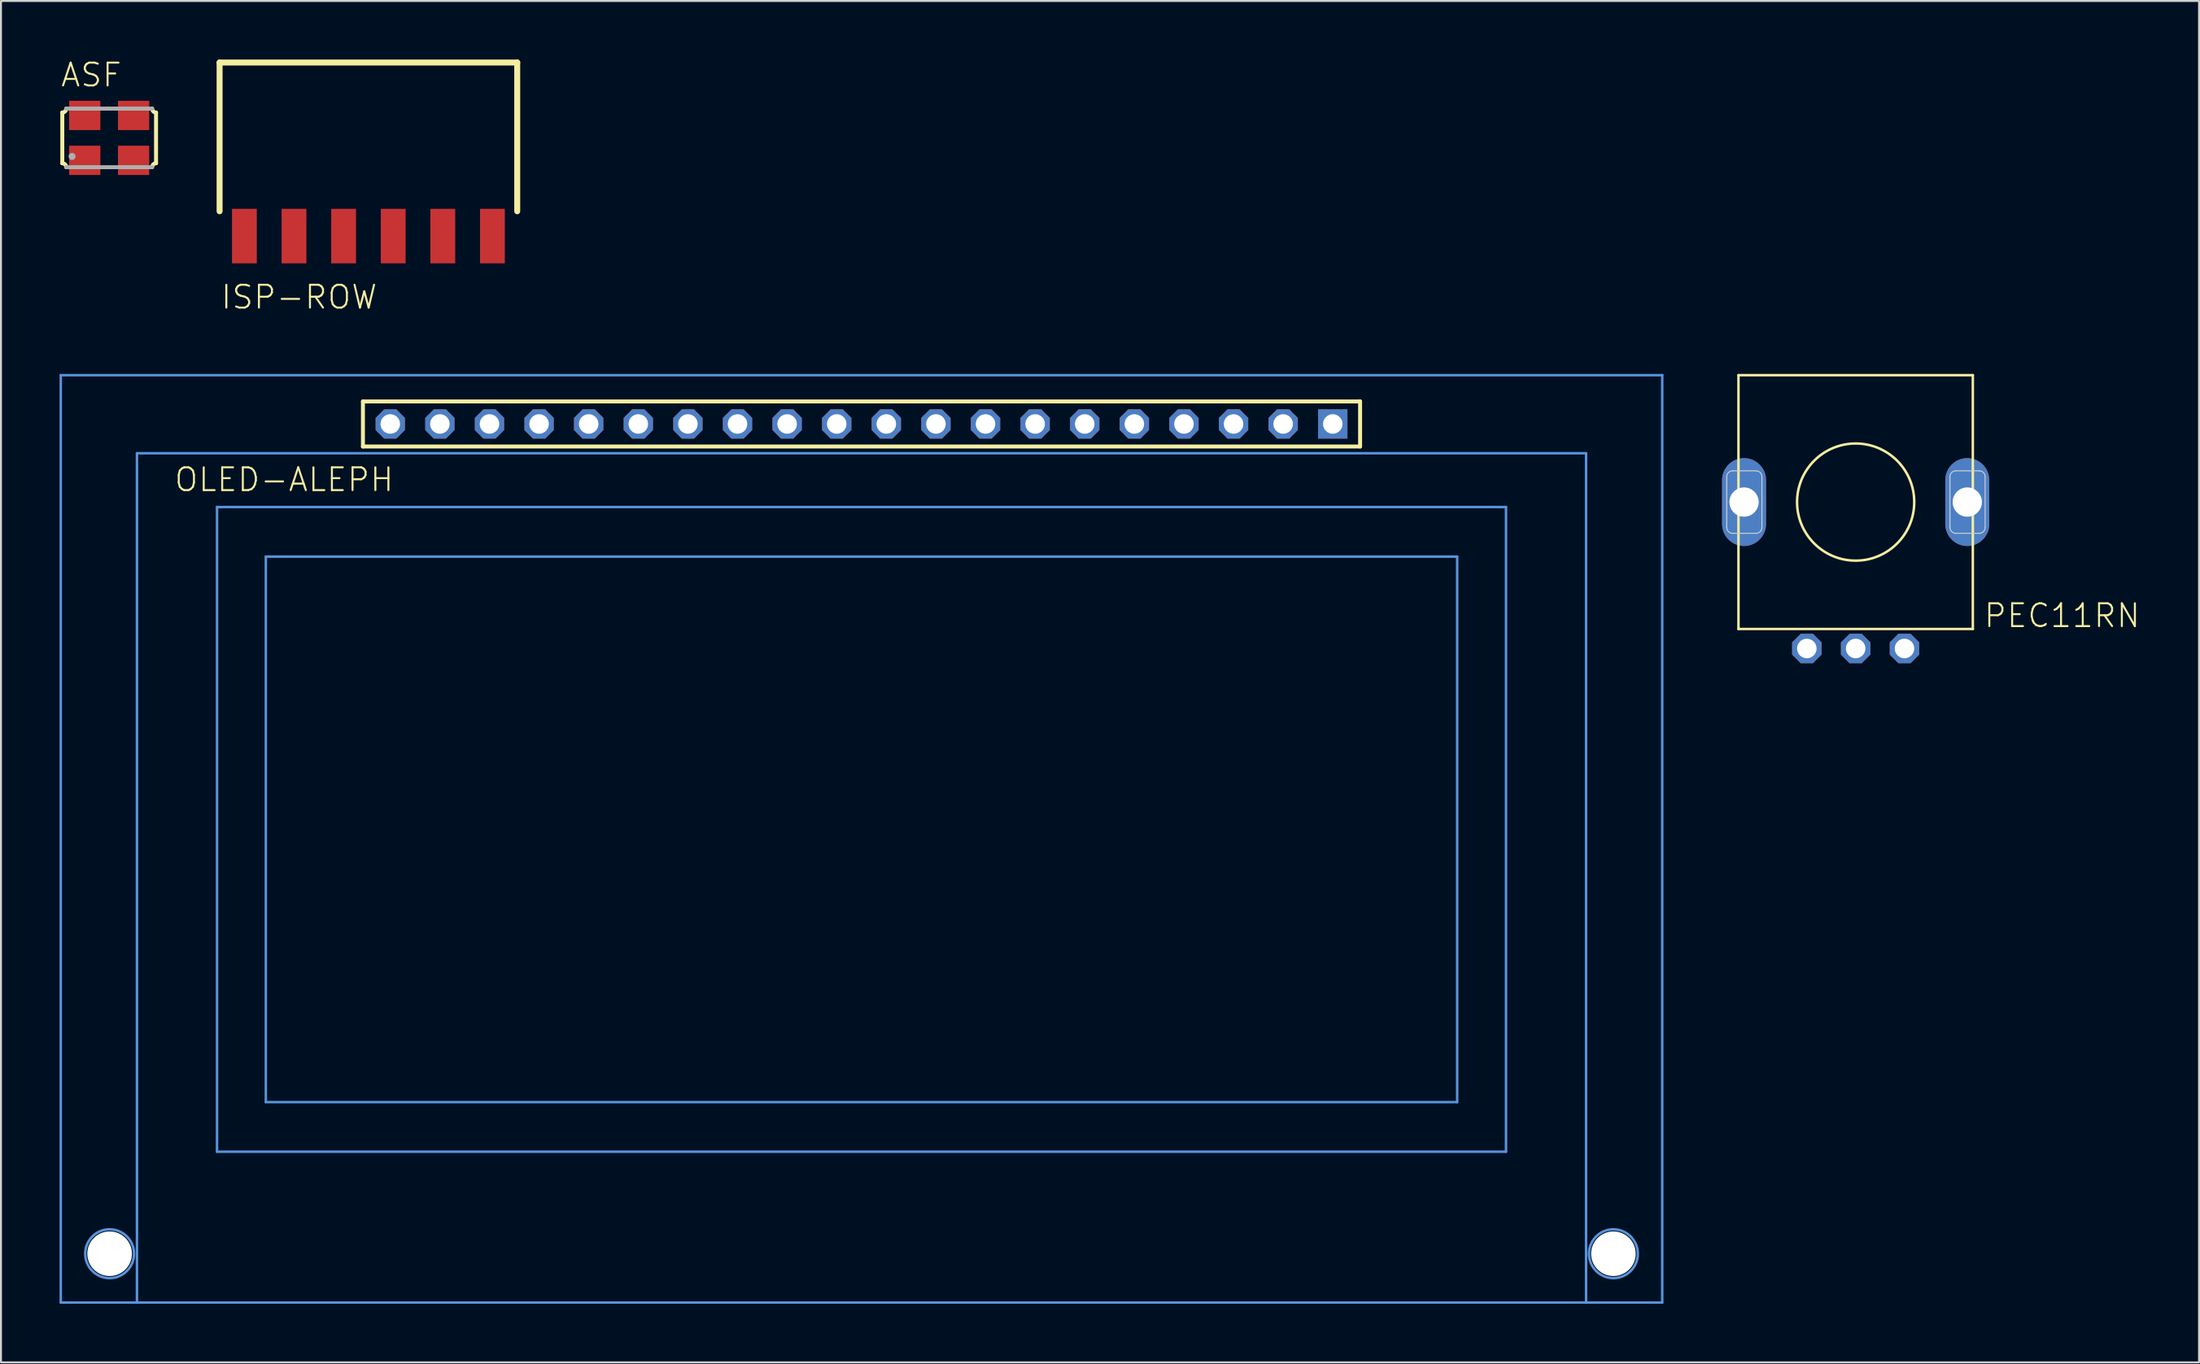
<source format=kicad_pcb>
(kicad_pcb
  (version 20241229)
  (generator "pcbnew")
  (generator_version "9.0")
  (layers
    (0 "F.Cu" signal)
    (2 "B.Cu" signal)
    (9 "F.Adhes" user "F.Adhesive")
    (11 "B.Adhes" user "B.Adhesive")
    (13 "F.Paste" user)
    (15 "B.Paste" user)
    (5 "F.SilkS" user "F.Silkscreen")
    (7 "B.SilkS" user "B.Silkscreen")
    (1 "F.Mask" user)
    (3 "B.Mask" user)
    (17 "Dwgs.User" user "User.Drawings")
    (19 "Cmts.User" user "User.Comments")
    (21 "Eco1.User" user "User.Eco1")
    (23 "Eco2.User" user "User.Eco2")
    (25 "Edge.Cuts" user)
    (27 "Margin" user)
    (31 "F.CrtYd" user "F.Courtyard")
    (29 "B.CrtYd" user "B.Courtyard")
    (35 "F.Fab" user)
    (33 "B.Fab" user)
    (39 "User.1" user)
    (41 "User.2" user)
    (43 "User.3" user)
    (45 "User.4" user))
  (footprint "PEC11RN"
    (layer "F.Cu")
    (at 91.967 22.666)
    (property "Reference" "PEC11RN" (at 6.5 6.5 0) (unlocked yes) (layer "F.SilkS") (effects (font (size 1.168 1.168) (thickness 0.102)) (justify left bottom)))
    (fp_line (start -6 -6.5) (end -6 6.5) (stroke (width 0.127) (type solid)) (layer "F.SilkS"))
    (fp_line (start -6 6.5) (end 6 6.5) (stroke (width 0.127) (type solid)) (layer "F.SilkS"))
    (fp_line (start 6 -6.5) (end -6 -6.5) (stroke (width 0.127) (type solid)) (layer "F.SilkS"))
    (fp_line (start 6 6.5) (end 6 -6.5) (stroke (width 0.127) (type solid)) (layer "F.SilkS"))
    (fp_circle (center 0 0) (end 3 0) (stroke (width 0.127) (type solid)) (fill no) (layer "F.SilkS"))
    (fp_line (start -6.6 1.3) (end -6.6 -1.3) (stroke (width 0.05) (type solid)) (layer "Edge.Cuts"))
    (fp_line (start -6.3 -1.6) (end -5.1 -1.6) (stroke (width 0.05) (type solid)) (layer "Edge.Cuts"))
    (fp_line (start -5.1 1.6) (end -6.3 1.6) (stroke (width 0.05) (type solid)) (layer "Edge.Cuts"))
    (fp_line (start -4.8 -1.3) (end -4.8 1.3) (stroke (width 0.05) (type solid)) (layer "Edge.Cuts"))
    (fp_line (start 4.83 1.3) (end 4.83 -1.3) (stroke (width 0.05) (type solid)) (layer "Edge.Cuts"))
    (fp_line (start 5.13 -1.6) (end 6.33 -1.6) (stroke (width 0.05) (type solid)) (layer "Edge.Cuts"))
    (fp_line (start 6.33 1.6) (end 5.13 1.6) (stroke (width 0.05) (type solid)) (layer "Edge.Cuts"))
    (fp_line (start 6.63 -1.3) (end 6.63 1.3) (stroke (width 0.05) (type solid)) (layer "Edge.Cuts"))
    (fp_arc (start -6.6 -1.3) (mid -6.512132 -1.512132) (end -6.3 -1.6) (stroke (width 0.05) (type solid)) (layer "Edge.Cuts"))
    (fp_arc (start -6.3 1.6) (mid -6.512132 1.512132) (end -6.6 1.3) (stroke (width 0.05) (type solid)) (layer "Edge.Cuts"))
    (fp_arc (start -5.1 -1.6) (mid -4.887868 -1.512132) (end -4.8 -1.3) (stroke (width 0.05) (type solid)) (layer "Edge.Cuts"))
    (fp_arc (start -4.8 1.3) (mid -4.887868 1.512132) (end -5.1 1.6) (stroke (width 0.05) (type solid)) (layer "Edge.Cuts"))
    (fp_arc (start 4.83 -1.3) (mid 4.917868 -1.512132) (end 5.13 -1.6) (stroke (width 0.05) (type solid)) (layer "Edge.Cuts"))
    (fp_arc (start 5.13 1.6) (mid 4.917868 1.512132) (end 4.83 1.3) (stroke (width 0.05) (type solid)) (layer "Edge.Cuts"))
    (fp_arc (start 6.33 -1.6) (mid 6.542132 -1.512132) (end 6.63 -1.3) (stroke (width 0.05) (type solid)) (layer "Edge.Cuts"))
    (fp_arc (start 6.63 1.3) (mid 6.542132 1.512132) (end 6.33 1.6) (stroke (width 0.05) (type solid)) (layer "Edge.Cuts"))
    (pad "A" thru_hole roundrect (at -2.5 7.5) (size 1.508 1.508) (drill 1) (layers "*.Cu" "*.Mask") (roundrect_rratio 0.25) (chamfer_ratio 0.293) (chamfer top_left top_right bottom_left bottom_right))
    (pad "B" thru_hole roundrect (at 2.5 7.5) (size 1.508 1.508) (drill 1) (layers "*.Cu" "*.Mask") (roundrect_rratio 0.25) (chamfer_ratio 0.293) (chamfer top_left top_right bottom_left bottom_right))
    (pad "GND" thru_hole roundrect (at 0 7.5) (size 1.508 1.508) (drill 1) (layers "*.Cu" "*.Mask") (roundrect_rratio 0.25) (chamfer_ratio 0.293) (chamfer top_left top_right bottom_left bottom_right))
    (pad "P$1" thru_hole oval (at -5.715 0 90) (size 4.5 2.25) (drill 1.5) (layers "*.Cu" "*.Mask"))
    (pad "P$2" thru_hole oval (at 5.715 0 90) (size 4.5 2.25) (drill 1.5) (layers "*.Cu" "*.Mask")))
  (footprint "ISP-ROW"
    (layer "F.Cu")
    (at 15.814 9.042)
    (property "Reference" "ISP-ROW" (at -7.62 3.81 0) (unlocked yes) (layer "F.SilkS") (effects (font (size 1.168 1.168) (thickness 0.102)) (justify left bottom)))
    (fp_line (start -7.62 -8.89) (end 7.62 -8.89) (stroke (width 0.305) (type solid)) (layer "F.SilkS"))
    (fp_line (start -7.62 -1.27) (end -7.62 -8.89) (stroke (width 0.305) (type solid)) (layer "F.SilkS"))
    (fp_line (start 7.62 -8.89) (end 7.62 -1.27) (stroke (width 0.305) (type solid)) (layer "F.SilkS"))
    (pad "1" smd rect (at -6.35 0 180) (size 1.27 2.794) (layers "F.Cu" "F.Mask" "F.Paste"))
    (pad "2" smd rect (at -3.81 0 180) (size 1.27 2.794) (layers "F.Cu" "F.Mask" "F.Paste"))
    (pad "3" smd rect (at -1.27 0 180) (size 1.27 2.794) (layers "F.Cu" "F.Mask" "F.Paste"))
    (pad "4" smd rect (at 1.27 0 180) (size 1.27 2.794) (layers "F.Cu" "F.Mask" "F.Paste"))
    (pad "5" smd rect (at 3.81 0 180) (size 1.27 2.794) (layers "F.Cu" "F.Mask" "F.Paste"))
    (pad "6" smd rect (at 6.35 0 180) (size 1.27 2.794) (layers "F.Cu" "F.Mask" "F.Paste")))
  (footprint "OLED-ALEPH"
    (layer "F.Cu")
    (at 41.063 39.916)
    (property "Reference" "OLED-ALEPH" (at -35.25 -17.715 0) (unlocked yes) (layer "F.SilkS") (effects (font (size 1.168 1.168) (thickness 0.102)) (justify left bottom)))
    (fp_line (start -25.529 -22.405) (end 25.529 -22.405) (stroke (width 0.203) (type solid)) (layer "F.SilkS"))
    (fp_line (start -25.529 -20.095) (end -25.529 -22.405) (stroke (width 0.203) (type solid)) (layer "F.SilkS"))
    (fp_line (start 25.529 -22.405) (end 25.529 -20.095) (stroke (width 0.203) (type solid)) (layer "F.SilkS"))
    (fp_line (start 25.529 -20.095) (end -25.529 -20.095) (stroke (width 0.203) (type solid)) (layer "F.SilkS"))
    (fp_line (start -41 -23.75) (end -41 23.75) (stroke (width 0.127) (type solid)) (layer "Cmts.User"))
    (fp_line (start -37.1 -19.75) (end -37.1 23.75) (stroke (width 0.127) (type solid)) (layer "Cmts.User"))
    (fp_line (start -37.1 23.75) (end -41 23.75) (stroke (width 0.127) (type solid)) (layer "Cmts.User"))
    (fp_line (start -33 -16.996) (end 33 -16.996) (stroke (width 0.127) (type solid)) (layer "Cmts.User"))
    (fp_line (start -33 16.024) (end -33 -16.996) (stroke (width 0.127) (type solid)) (layer "Cmts.User"))
    (fp_line (start -30.5 -14.456) (end 30.5 -14.456) (stroke (width 0.127) (type solid)) (layer "Cmts.User"))
    (fp_line (start -30.5 13.484) (end -30.5 -14.456) (stroke (width 0.127) (type solid)) (layer "Cmts.User"))
    (fp_line (start 30.5 -14.456) (end 30.5 13.484) (stroke (width 0.127) (type solid)) (layer "Cmts.User"))
    (fp_line (start 30.5 13.484) (end -30.5 13.484) (stroke (width 0.127) (type solid)) (layer "Cmts.User"))
    (fp_line (start 33 -16.996) (end 33 16.024) (stroke (width 0.127) (type solid)) (layer "Cmts.User"))
    (fp_line (start 33 16.024) (end -33 16.024) (stroke (width 0.127) (type solid)) (layer "Cmts.User"))
    (fp_line (start 37.1 -19.75) (end -37.1 -19.75) (stroke (width 0.127) (type solid)) (layer "Cmts.User"))
    (fp_line (start 37.1 23.75) (end -37.1 23.75) (stroke (width 0.127) (type solid)) (layer "Cmts.User"))
    (fp_line (start 37.1 23.75) (end 37.1 -19.75) (stroke (width 0.127) (type solid)) (layer "Cmts.User"))
    (fp_line (start 41 -23.75) (end -41 -23.75) (stroke (width 0.127) (type solid)) (layer "Cmts.User"))
    (fp_line (start 41 -23.75) (end 41 23.75) (stroke (width 0.127) (type solid)) (layer "Cmts.User"))
    (fp_line (start 41 23.75) (end 37.1 23.75) (stroke (width 0.127) (type solid)) (layer "Cmts.User"))
    (fp_circle (center -38.5 21.25) (end -37.25 21.25) (stroke (width 0.127) (type solid)) (fill no) (layer "Cmts.User"))
    (fp_circle (center 38.5 21.25) (end 39.75 21.25) (stroke (width 0.127) (type solid)) (fill no) (layer "Cmts.User"))
    (pad "" np_thru_hole circle (at -38.5 21.25) (size 2.286 2.286) (drill 2.286) (layers "*.Cu" "*.Mask"))
    (pad "" np_thru_hole circle (at 38.5 21.25) (size 2.286 2.286) (drill 2.286) (layers "*.Cu" "*.Mask"))
    (pad "1" thru_hole rect (at 24.13 -21.25 180) (size 1.5 1.5) (drill 1) (layers "*.Cu" "*.Mask"))
    (pad "2" thru_hole roundrect (at 21.59 -21.25 180) (size 1.5 1.5) (drill 1) (layers "*.Cu" "*.Mask") (roundrect_rratio 0.25) (chamfer_ratio 0.293) (chamfer top_left top_right bottom_left bottom_right))
    (pad "3" thru_hole roundrect (at 19.05 -21.25 180) (size 1.5 1.5) (drill 1) (layers "*.Cu" "*.Mask") (roundrect_rratio 0.25) (chamfer_ratio 0.293) (chamfer top_left top_right bottom_left bottom_right))
    (pad "4" thru_hole roundrect (at 16.51 -21.25 180) (size 1.5 1.5) (drill 1) (layers "*.Cu" "*.Mask") (roundrect_rratio 0.25) (chamfer_ratio 0.293) (chamfer top_left top_right bottom_left bottom_right))
    (pad "5" thru_hole roundrect (at 13.97 -21.25 180) (size 1.5 1.5) (drill 1) (layers "*.Cu" "*.Mask") (roundrect_rratio 0.25) (chamfer_ratio 0.293) (chamfer top_left top_right bottom_left bottom_right))
    (pad "6" thru_hole roundrect (at 11.43 -21.25 180) (size 1.5 1.5) (drill 1) (layers "*.Cu" "*.Mask") (roundrect_rratio 0.25) (chamfer_ratio 0.293) (chamfer top_left top_right bottom_left bottom_right))
    (pad "7" thru_hole roundrect (at 8.89 -21.25 180) (size 1.5 1.5) (drill 1) (layers "*.Cu" "*.Mask") (roundrect_rratio 0.25) (chamfer_ratio 0.293) (chamfer top_left top_right bottom_left bottom_right))
    (pad "8" thru_hole roundrect (at 6.35 -21.25 180) (size 1.5 1.5) (drill 1) (layers "*.Cu" "*.Mask") (roundrect_rratio 0.25) (chamfer_ratio 0.293) (chamfer top_left top_right bottom_left bottom_right))
    (pad "9" thru_hole roundrect (at 3.81 -21.25 180) (size 1.5 1.5) (drill 1) (layers "*.Cu" "*.Mask") (roundrect_rratio 0.25) (chamfer_ratio 0.293) (chamfer top_left top_right bottom_left bottom_right))
    (pad "10" thru_hole roundrect (at 1.27 -21.25 180) (size 1.5 1.5) (drill 1) (layers "*.Cu" "*.Mask") (roundrect_rratio 0.25) (chamfer_ratio 0.293) (chamfer top_left top_right bottom_left bottom_right))
    (pad "11" thru_hole roundrect (at -1.27 -21.25 180) (size 1.5 1.5) (drill 1) (layers "*.Cu" "*.Mask") (roundrect_rratio 0.25) (chamfer_ratio 0.293) (chamfer top_left top_right bottom_left bottom_right))
    (pad "12" thru_hole roundrect (at -3.81 -21.25 180) (size 1.5 1.5) (drill 1) (layers "*.Cu" "*.Mask") (roundrect_rratio 0.25) (chamfer_ratio 0.293) (chamfer top_left top_right bottom_left bottom_right))
    (pad "13" thru_hole roundrect (at -6.35 -21.25 180) (size 1.5 1.5) (drill 1) (layers "*.Cu" "*.Mask") (roundrect_rratio 0.25) (chamfer_ratio 0.293) (chamfer top_left top_right bottom_left bottom_right))
    (pad "14" thru_hole roundrect (at -8.89 -21.25 180) (size 1.5 1.5) (drill 1) (layers "*.Cu" "*.Mask") (roundrect_rratio 0.25) (chamfer_ratio 0.293) (chamfer top_left top_right bottom_left bottom_right))
    (pad "15" thru_hole roundrect (at -11.43 -21.25 180) (size 1.5 1.5) (drill 1) (layers "*.Cu" "*.Mask") (roundrect_rratio 0.25) (chamfer_ratio 0.293) (chamfer top_left top_right bottom_left bottom_right))
    (pad "16" thru_hole roundrect (at -13.97 -21.25 180) (size 1.5 1.5) (drill 1) (layers "*.Cu" "*.Mask") (roundrect_rratio 0.25) (chamfer_ratio 0.293) (chamfer top_left top_right bottom_left bottom_right))
    (pad "17" thru_hole roundrect (at -16.51 -21.25 180) (size 1.5 1.5) (drill 1) (layers "*.Cu" "*.Mask") (roundrect_rratio 0.25) (chamfer_ratio 0.293) (chamfer top_left top_right bottom_left bottom_right))
    (pad "18" thru_hole roundrect (at -19.05 -21.25 180) (size 1.5 1.5) (drill 1) (layers "*.Cu" "*.Mask") (roundrect_rratio 0.25) (chamfer_ratio 0.293) (chamfer top_left top_right bottom_left bottom_right))
    (pad "19" thru_hole roundrect (at -21.59 -21.25 180) (size 1.5 1.5) (drill 1) (layers "*.Cu" "*.Mask") (roundrect_rratio 0.25) (chamfer_ratio 0.293) (chamfer top_left top_right bottom_left bottom_right))
    (pad "20" thru_hole roundrect (at -24.13 -21.25 180) (size 1.5 1.5) (drill 1) (layers "*.Cu" "*.Mask") (roundrect_rratio 0.25) (chamfer_ratio 0.293) (chamfer top_left top_right bottom_left bottom_right)))
  (footprint "ASF"
    (layer "F.Cu")
    (at 2.54 4.013)
    (property "Reference" "ASF" (at -2.54 -2.54 0) (unlocked yes) (layer "F.SilkS") (effects (font (size 1.168 1.168) (thickness 0.102)) (justify left bottom)))
    (fp_line (start -2.4 1.3) (end -2.4 -1.3) (stroke (width 0.203) (type solid)) (layer "F.SilkS"))
    (fp_line (start 2.4 -1.3) (end 2.4 1.3) (stroke (width 0.203) (type solid)) (layer "F.SilkS"))
    (fp_arc (start -2.4 1.3) (mid -2.258579 1.358579) (end -2.2 1.5) (stroke (width 0.2032) (type solid)) (layer "F.SilkS"))
    (fp_arc (start -2.2 -1.5) (mid -2.258579 -1.358579) (end -2.4 -1.3) (stroke (width 0.2032) (type solid)) (layer "F.SilkS"))
    (fp_arc (start 2.2 1.5) (mid 2.258579 1.358579) (end 2.4 1.3) (stroke (width 0.2032) (type solid)) (layer "F.SilkS"))
    (fp_arc (start 2.4 -1.3) (mid 2.258579 -1.358579) (end 2.2 -1.5) (stroke (width 0.2032) (type solid)) (layer "F.SilkS"))
    (fp_line (start -2.2 -1.5) (end 2.2 -1.5) (stroke (width 0.203) (type solid)) (layer "F.Fab"))
    (fp_line (start 2.2 1.5) (end -2.2 1.5) (stroke (width 0.203) (type solid)) (layer "F.Fab"))
    (fp_circle (center -1.9 0.95) (end -1.81 0.95) (stroke (width 0.18) (type solid)) (fill no) (layer "F.Fab"))
    (pad "1" smd rect (at -1.25 1.15) (size 1.6 1.5) (layers "F.Cu" "F.Mask" "F.Paste"))
    (pad "2" smd rect (at 1.25 1.15) (size 1.6 1.5) (layers "F.Cu" "F.Mask" "F.Paste"))
    (pad "3" smd rect (at 1.25 -1.15 180) (size 1.6 1.5) (layers "F.Cu" "F.Mask" "F.Paste"))
    (pad "4" smd rect (at -1.25 -1.15 180) (size 1.6 1.5) (layers "F.Cu" "F.Mask" "F.Paste")))
  (gr_rect
    (start -3 -3)
    (end 109.55 66.73)
    (stroke (width 0.1) (type default))
    (fill no)
    (layer "Edge.Cuts")))
</source>
